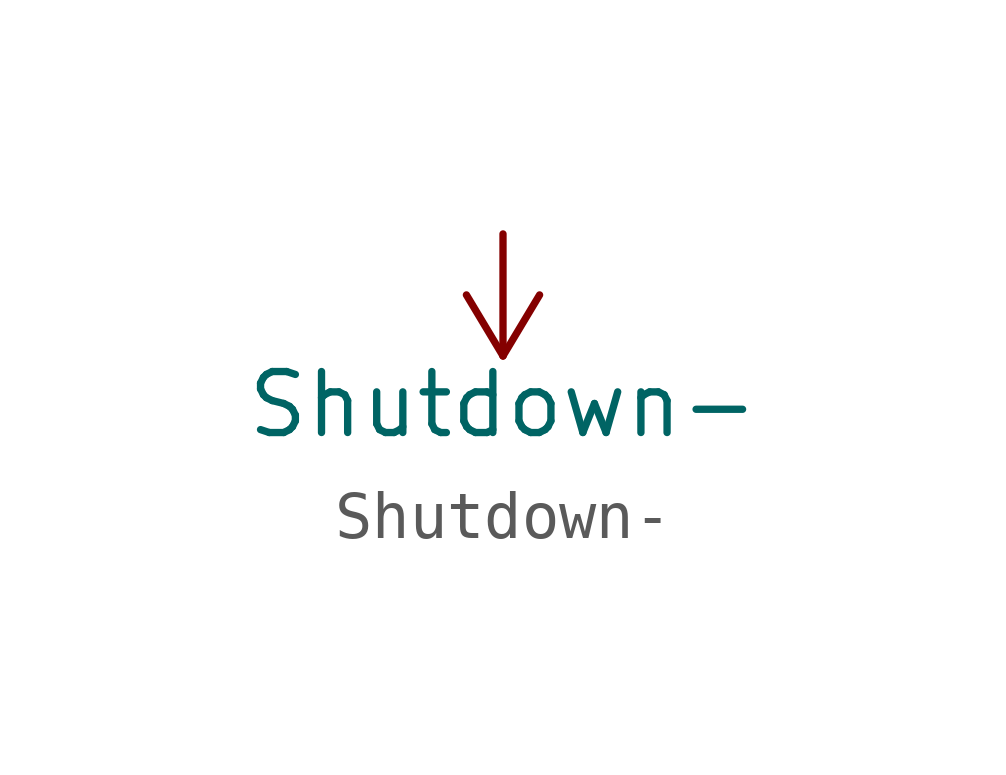
<source format=kicad_sym>
(kicad_symbol_lib
  (version 20211014)
  (generator kicad_symbol_editor)
  (symbol "Shutdown-"
    (power)
    (pin_names
      (offset 0))
    (property "Reference" "#PWR"
      (at 0 -3.81 0)
      (effects (font (size 1.27 1.27)) hide))
    (property "Value" "Shutdown-"
      (at 0 -3.556 0)
      (effects (font (size 1.27 1.27))))
    (symbol "Shutdown-_0_1"
      (polyline (pts (xy 0 -2.54) (xy -0.762 -1.27)) (stroke (width 0) (type default) (color 0 0 0 0)) (fill (type none)))
      (polyline (pts (xy 0 0) (xy 0 -2.54)) (stroke (width 0) (type default) (color 0 0 0 0)) (fill (type none)))
      (polyline (pts (xy 0.762 -1.27) (xy 0 -2.54)) (stroke (width 0) (type default) (color 0 0 0 0)) (fill (type none))))
    (symbol "Shutdown-_1_1"
      (pin power_in line (at 0 0 270) (length 0) hide (name "SD+" (effects (font (size 1.27 1.27)))) (number "1" (effects (font (size 1.27 1.27))))))))
</source>
